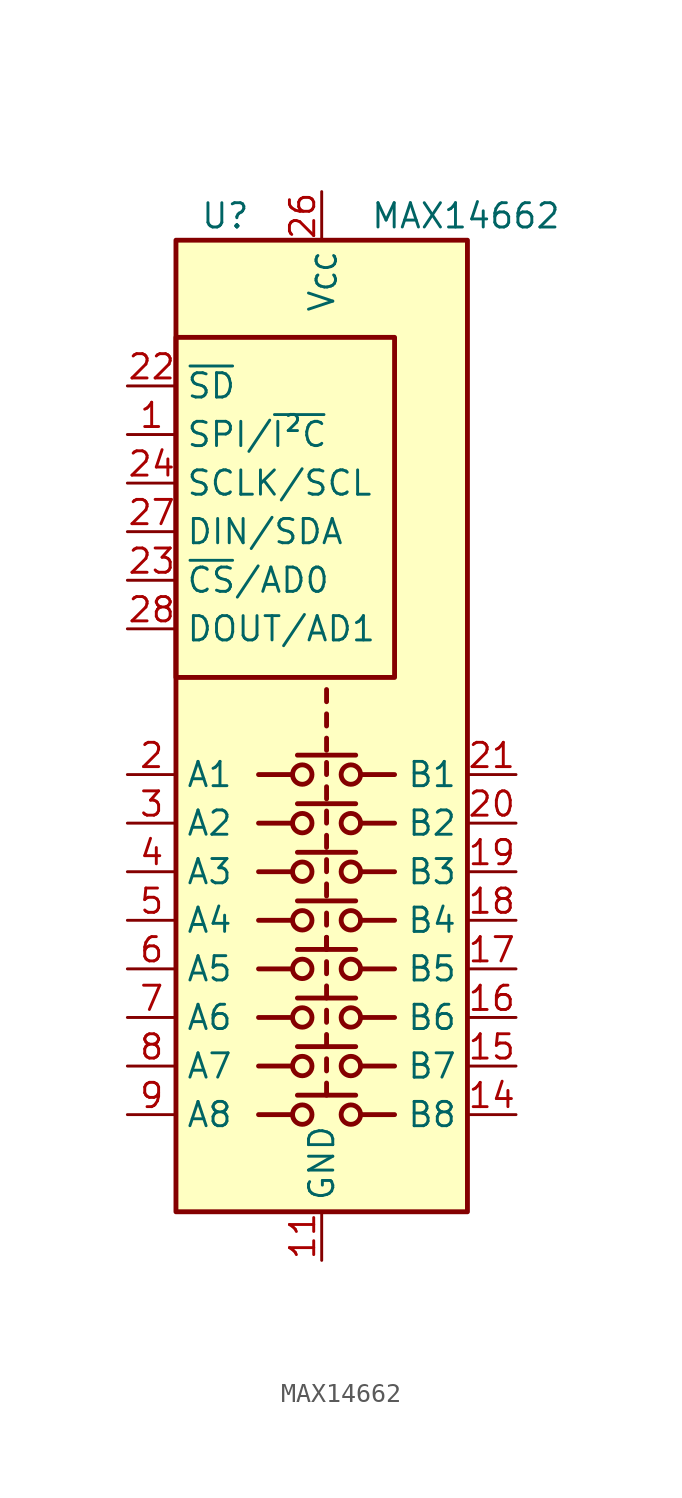
<source format=kicad_sym>
(kicad_symbol_lib
  (version 20231120)
  (generator "kicad_symbol_editor")
  (generator_version "8.0")
  (symbol "MAX14662"
    (property "Reference" "U"
      (at -6.35 26.67 0)
      (effects (font (size 1.27 1.27)) (justify left)))
    (property "Value" "MAX14662"
      (at 2.54 26.67 0)
      (effects (font (size 1.27 1.27)) (justify left)))
    (symbol "MAX14662_0_0"
      (pin input line (at -10.16 7.62 0) (length 2.54) (name "~{CS}/AD0" (effects (font (size 1.27 1.27)))) (number "23" (effects (font (size 1.27 1.27))))))
    (symbol "MAX14662_0_1"
      (rectangle (start -7.62 25.4) (end 7.62 -25.4) (stroke (width 0.254) (type default)) (fill (type background)))
      (circle (center -1.016 -20.32) (radius 0.508) (stroke (width 0.254) (type default)) (fill (type none)))
      (circle (center -1.016 -17.78) (radius 0.508) (stroke (width 0.254) (type default)) (fill (type none)))
      (circle (center -1.016 -15.24) (radius 0.508) (stroke (width 0.254) (type default)) (fill (type none)))
      (circle (center -1.016 -12.7) (radius 0.508) (stroke (width 0.254) (type default)) (fill (type none)))
      (circle (center -1.016 -10.16) (radius 0.508) (stroke (width 0.254) (type default)) (fill (type none)))
      (circle (center -1.016 -7.62) (radius 0.508) (stroke (width 0.254) (type default)) (fill (type none)))
      (circle (center -1.016 -5.08) (radius 0.508) (stroke (width 0.254) (type default)) (fill (type none)))
      (circle (center -1.016 -2.54) (radius 0.508) (stroke (width 0.254) (type default)) (fill (type none)))
      (polyline (pts (xy -1.524 -20.32) (xy -3.302 -20.32)) (stroke (width 0.254) (type default)) (fill (type none)))
      (polyline (pts (xy -1.524 -17.78) (xy -3.302 -17.78)) (stroke (width 0.254) (type default)) (fill (type none)))
      (polyline (pts (xy -1.524 -15.24) (xy -3.302 -15.24)) (stroke (width 0.254) (type default)) (fill (type none)))
      (polyline (pts (xy -1.524 -12.7) (xy -3.302 -12.7)) (stroke (width 0.254) (type default)) (fill (type none)))
      (polyline (pts (xy -1.524 -10.16) (xy -3.302 -10.16)) (stroke (width 0.254) (type default)) (fill (type none)))
      (polyline (pts (xy -1.524 -7.62) (xy -3.302 -7.62)) (stroke (width 0.254) (type default)) (fill (type none)))
      (polyline (pts (xy -1.524 -5.08) (xy -3.302 -5.08)) (stroke (width 0.254) (type default)) (fill (type none)))
      (polyline (pts (xy -1.524 -2.54) (xy -3.302 -2.54)) (stroke (width 0.254) (type default)) (fill (type none)))
      (polyline (pts (xy -1.27 -19.304) (xy 1.778 -19.304)) (stroke (width 0.254) (type default)) (fill (type none)))
      (polyline (pts (xy -1.27 -16.764) (xy 1.778 -16.764)) (stroke (width 0.254) (type default)) (fill (type none)))
      (polyline (pts (xy -1.27 -14.224) (xy 1.778 -14.224)) (stroke (width 0.254) (type default)) (fill (type none)))
      (polyline (pts (xy -1.27 -11.684) (xy 1.778 -11.684)) (stroke (width 0.254) (type default)) (fill (type none)))
      (polyline (pts (xy -1.27 -9.144) (xy 1.778 -9.144)) (stroke (width 0.254) (type default)) (fill (type none)))
      (polyline (pts (xy -1.27 -6.604) (xy 1.778 -6.604)) (stroke (width 0.254) (type default)) (fill (type none)))
      (polyline (pts (xy -1.27 -4.064) (xy 1.778 -4.064)) (stroke (width 0.254) (type default)) (fill (type none)))
      (polyline (pts (xy -1.27 -1.524) (xy 1.778 -1.524)) (stroke (width 0.254) (type default)) (fill (type none)))
      (polyline (pts (xy 0.254 -19.304) (xy 0.254 -18.669)) (stroke (width 0.254) (type default)) (fill (type none)))
      (polyline (pts (xy 0.254 -18.034) (xy 0.254 -17.399)) (stroke (width 0.254) (type default)) (fill (type none)))
      (polyline (pts (xy 0.254 -16.764) (xy 0.254 -16.129)) (stroke (width 0.254) (type default)) (fill (type none)))
      (polyline (pts (xy 0.254 -15.494) (xy 0.254 -14.859)) (stroke (width 0.254) (type default)) (fill (type none)))
      (polyline (pts (xy 0.254 -14.224) (xy 0.254 -13.589)) (stroke (width 0.254) (type default)) (fill (type none)))
      (polyline (pts (xy 0.254 -12.954) (xy 0.254 -12.319)) (stroke (width 0.254) (type default)) (fill (type none)))
      (polyline (pts (xy 0.254 -11.684) (xy 0.254 -11.049)) (stroke (width 0.254) (type default)) (fill (type none)))
      (polyline (pts (xy 0.254 -11.684) (xy 0.254 -11.049)) (stroke (width 0.254) (type default)) (fill (type none)))
      (polyline (pts (xy 0.254 -10.414) (xy 0.254 -9.779)) (stroke (width 0.254) (type default)) (fill (type none)))
      (polyline (pts (xy 0.254 -8.89) (xy 0.254 -8.255)) (stroke (width 0.254) (type default)) (fill (type none)))
      (polyline (pts (xy 0.254 -7.62) (xy 0.254 -6.985)) (stroke (width 0.254) (type default)) (fill (type none)))
      (polyline (pts (xy 0.254 -6.35) (xy 0.254 -5.715)) (stroke (width 0.254) (type default)) (fill (type none)))
      (polyline (pts (xy 0.254 -5.08) (xy 0.254 -4.445)) (stroke (width 0.254) (type default)) (fill (type none)))
      (polyline (pts (xy 0.254 -3.81) (xy 0.254 -3.175)) (stroke (width 0.254) (type default)) (fill (type none)))
      (polyline (pts (xy 0.254 -2.54) (xy 0.254 -1.905)) (stroke (width 0.254) (type default)) (fill (type none)))
      (polyline (pts (xy 0.254 -1.27) (xy 0.254 -0.635)) (stroke (width 0.254) (type default)) (fill (type none)))
      (polyline (pts (xy 0.254 0) (xy 0.254 0.635)) (stroke (width 0.254) (type default)) (fill (type none)))
      (polyline (pts (xy 0.254 1.27) (xy 0.254 1.905)) (stroke (width 0.254) (type default)) (fill (type none)))
      (polyline (pts (xy 3.81 -20.32) (xy 2.032 -20.32)) (stroke (width 0.254) (type default)) (fill (type none)))
      (polyline (pts (xy 3.81 -17.78) (xy 2.032 -17.78)) (stroke (width 0.254) (type default)) (fill (type none)))
      (polyline (pts (xy 3.81 -15.24) (xy 2.032 -15.24)) (stroke (width 0.254) (type default)) (fill (type none)))
      (polyline (pts (xy 3.81 -12.7) (xy 2.032 -12.7)) (stroke (width 0.254) (type default)) (fill (type none)))
      (polyline (pts (xy 3.81 -10.16) (xy 2.032 -10.16)) (stroke (width 0.254) (type default)) (fill (type none)))
      (polyline (pts (xy 3.81 -7.62) (xy 2.032 -7.62)) (stroke (width 0.254) (type default)) (fill (type none)))
      (polyline (pts (xy 3.81 -5.08) (xy 2.032 -5.08)) (stroke (width 0.254) (type default)) (fill (type none)))
      (polyline (pts (xy 3.81 -2.54) (xy 2.032 -2.54)) (stroke (width 0.254) (type default)) (fill (type none)))
      (circle (center 1.524 -20.32) (radius 0.508) (stroke (width 0.254) (type default)) (fill (type none)))
      (circle (center 1.524 -17.78) (radius 0.508) (stroke (width 0.254) (type default)) (fill (type none)))
      (circle (center 1.524 -15.24) (radius 0.508) (stroke (width 0.254) (type default)) (fill (type none)))
      (circle (center 1.524 -12.7) (radius 0.508) (stroke (width 0.254) (type default)) (fill (type none)))
      (circle (center 1.524 -10.16) (radius 0.508) (stroke (width 0.254) (type default)) (fill (type none)))
      (circle (center 1.524 -7.62) (radius 0.508) (stroke (width 0.254) (type default)) (fill (type none)))
      (circle (center 1.524 -5.08) (radius 0.508) (stroke (width 0.254) (type default)) (fill (type none)))
      (circle (center 1.524 -2.54) (radius 0.508) (stroke (width 0.254) (type default)) (fill (type none))))
    (symbol "MAX14662_1_0"
      (pin no_connect line (at 7.62 22.86 180) (length 2.54) hide (name "NC" (effects (font (size 1.27 1.27)))) (number "10" (effects (font (size 1.27 1.27)))))
      (pin no_connect line (at 7.62 20.32 180) (length 2.54) hide (name "NC" (effects (font (size 1.27 1.27)))) (number "12" (effects (font (size 1.27 1.27)))))
      (pin no_connect line (at 7.62 17.78 180) (length 2.54) hide (name "NC" (effects (font (size 1.27 1.27)))) (number "13" (effects (font (size 1.27 1.27)))))
      (pin power_in line (at 0 27.94 270) (length 2.54) (name "V_{CC}" (effects (font (size 1.27 1.27)))) (number "26" (effects (font (size 1.27 1.27)))))
      (pin bidirectional line (at -10.16 10.16 0) (length 2.54) (name "DIN/SDA" (effects (font (size 1.27 1.27)))) (number "27" (effects (font (size 1.27 1.27)))))
      (pin bidirectional line (at -10.16 5.08 0) (length 2.54) (name "DOUT/AD1" (effects (font (size 1.27 1.27)))) (number "28" (effects (font (size 1.27 1.27))))))
    (symbol "MAX14662_1_1"
      (rectangle (start -7.62 20.32) (end 3.81 2.54) (stroke (width 0.254) (type default)) (fill (type none)))
      (pin input line (at -10.16 15.24 0) (length 2.54) (name "SPI/~{I²C}" (effects (font (size 1.27 1.27)))) (number "1" (effects (font (size 1.27 1.27)))))
      (pin power_in line (at 0 -27.94 90) (length 2.54) (name "GND" (effects (font (size 1.27 1.27)))) (number "11" (effects (font (size 1.27 1.27)))))
      (pin bidirectional line (at 10.16 -20.32 180) (length 2.54) (name "B8" (effects (font (size 1.27 1.27)))) (number "14" (effects (font (size 1.27 1.27)))))
      (pin bidirectional line (at 10.16 -17.78 180) (length 2.54) (name "B7" (effects (font (size 1.27 1.27)))) (number "15" (effects (font (size 1.27 1.27)))))
      (pin bidirectional line (at 10.16 -15.24 180) (length 2.54) (name "B6" (effects (font (size 1.27 1.27)))) (number "16" (effects (font (size 1.27 1.27)))))
      (pin bidirectional line (at 10.16 -12.7 180) (length 2.54) (name "B5" (effects (font (size 1.27 1.27)))) (number "17" (effects (font (size 1.27 1.27)))))
      (pin bidirectional line (at 10.16 -10.16 180) (length 2.54) (name "B4" (effects (font (size 1.27 1.27)))) (number "18" (effects (font (size 1.27 1.27)))))
      (pin bidirectional line (at 10.16 -7.62 180) (length 2.54) (name "B3" (effects (font (size 1.27 1.27)))) (number "19" (effects (font (size 1.27 1.27)))))
      (pin bidirectional line (at -10.16 -2.54 0) (length 2.54) (name "A1" (effects (font (size 1.27 1.27)))) (number "2" (effects (font (size 1.27 1.27)))))
      (pin bidirectional line (at 10.16 -5.08 180) (length 2.54) (name "B2" (effects (font (size 1.27 1.27)))) (number "20" (effects (font (size 1.27 1.27)))))
      (pin bidirectional line (at 10.16 -2.54 180) (length 2.54) (name "B1" (effects (font (size 1.27 1.27)))) (number "21" (effects (font (size 1.27 1.27)))))
      (pin input line (at -10.16 17.78 0) (length 2.54) (name "~{SD}" (effects (font (size 1.27 1.27)))) (number "22" (effects (font (size 1.27 1.27)))))
      (pin input line (at -10.16 12.7 0) (length 2.54) (name "SCLK/SCL" (effects (font (size 1.27 1.27)))) (number "24" (effects (font (size 1.27 1.27)))))
      (pin passive line (at 0 -27.94 90) (length 2.54) hide (name "GND" (effects (font (size 1.27 1.27)))) (number "25" (effects (font (size 1.27 1.27)))))
      (pin passive line (at 0 -27.94 90) (length 2.54) hide (name "GND" (effects (font (size 1.27 1.27)))) (number "29" (effects (font (size 1.27 1.27)))))
      (pin bidirectional line (at -10.16 -5.08 0) (length 2.54) (name "A2" (effects (font (size 1.27 1.27)))) (number "3" (effects (font (size 1.27 1.27)))))
      (pin bidirectional line (at -10.16 -7.62 0) (length 2.54) (name "A3" (effects (font (size 1.27 1.27)))) (number "4" (effects (font (size 1.27 1.27)))))
      (pin bidirectional line (at -10.16 -10.16 0) (length 2.54) (name "A4" (effects (font (size 1.27 1.27)))) (number "5" (effects (font (size 1.27 1.27)))))
      (pin bidirectional line (at -10.16 -12.7 0) (length 2.54) (name "A5" (effects (font (size 1.27 1.27)))) (number "6" (effects (font (size 1.27 1.27)))))
      (pin bidirectional line (at -10.16 -15.24 0) (length 2.54) (name "A6" (effects (font (size 1.27 1.27)))) (number "7" (effects (font (size 1.27 1.27)))))
      (pin bidirectional line (at -10.16 -17.78 0) (length 2.54) (name "A7" (effects (font (size 1.27 1.27)))) (number "8" (effects (font (size 1.27 1.27)))))
      (pin bidirectional line (at -10.16 -20.32 0) (length 2.54) (name "A8" (effects (font (size 1.27 1.27)))) (number "9" (effects (font (size 1.27 1.27))))))))
</source>
